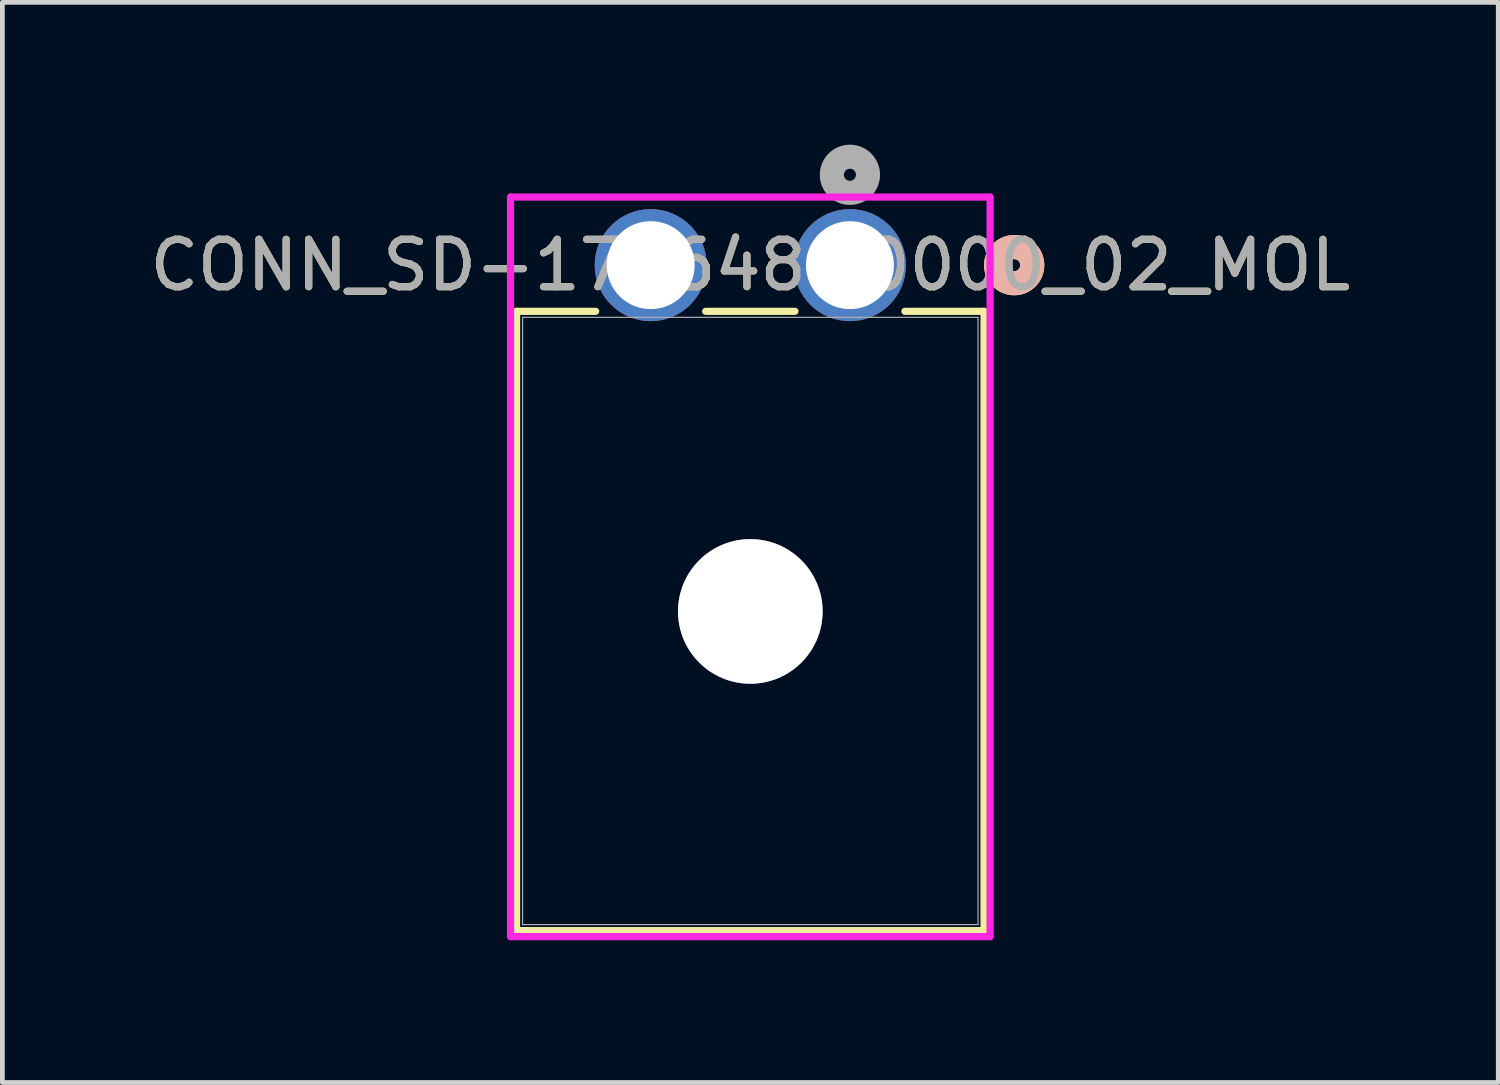
<source format=kicad_pcb>
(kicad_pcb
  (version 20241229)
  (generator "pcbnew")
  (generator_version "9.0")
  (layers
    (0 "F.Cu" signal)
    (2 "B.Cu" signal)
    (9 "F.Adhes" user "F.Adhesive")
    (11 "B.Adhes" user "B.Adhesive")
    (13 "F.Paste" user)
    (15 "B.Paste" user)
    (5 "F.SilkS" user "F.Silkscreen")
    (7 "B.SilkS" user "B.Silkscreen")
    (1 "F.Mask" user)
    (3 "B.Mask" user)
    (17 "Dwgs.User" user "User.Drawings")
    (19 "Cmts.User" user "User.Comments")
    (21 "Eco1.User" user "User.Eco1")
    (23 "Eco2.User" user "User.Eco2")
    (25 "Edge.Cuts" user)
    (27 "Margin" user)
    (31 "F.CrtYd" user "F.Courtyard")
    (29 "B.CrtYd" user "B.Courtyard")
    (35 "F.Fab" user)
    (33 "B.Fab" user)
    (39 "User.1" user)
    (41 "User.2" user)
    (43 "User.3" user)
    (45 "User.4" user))
  (footprint "CONN_SD-172648-0000_02_MOL"
    (layer "F.Cu")
    (at 14.868 2.54)
    (property "Reference" "CONN_SD-172648-0000_02_MOL" (at -2.1 0 0) (unlocked yes) (layer "F.SilkS") (effects (font (size 1 1) (thickness 0.15))))
    (attr through_hole)
    (fp_line (start -7.028 0.973) (end -7.028 14.029) (stroke (width 0.152) (type solid)) (layer "F.SilkS"))
    (fp_line (start -7.028 14.029) (end 2.828 14.029) (stroke (width 0.152) (type solid)) (layer "F.SilkS"))
    (fp_line (start -5.36 0.973) (end -7.028 0.973) (stroke (width 0.152) (type solid)) (layer "F.SilkS"))
    (fp_line (start -1.16 0.973) (end -3.04 0.973) (stroke (width 0.152) (type solid)) (layer "F.SilkS"))
    (fp_line (start 2.828 0.973) (end 1.16 0.973) (stroke (width 0.152) (type solid)) (layer "F.SilkS"))
    (fp_line (start 2.828 14.029) (end 2.828 0.973) (stroke (width 0.152) (type solid)) (layer "F.SilkS"))
    (fp_circle (center 3.463 0) (end 3.844 0) (stroke (width 0.508) (type solid)) (fill no) (layer "F.SilkS"))
    (fp_circle (center 3.463 0) (end 3.844 0) (stroke (width 0.508) (type solid)) (fill no) (layer "B.SilkS"))
    (fp_line (start -7.155 -1.435) (end -7.155 14.156) (stroke (width 0.152) (type solid)) (layer "F.CrtYd"))
    (fp_line (start -7.155 14.156) (end 2.955 14.156) (stroke (width 0.152) (type solid)) (layer "F.CrtYd"))
    (fp_line (start 2.955 -1.435) (end -7.155 -1.435) (stroke (width 0.152) (type solid)) (layer "F.CrtYd"))
    (fp_line (start 2.955 14.156) (end 2.955 -1.435) (stroke (width 0.152) (type solid)) (layer "F.CrtYd"))
    (fp_line (start -6.901 1.1) (end -6.901 13.902) (stroke (width 0.025) (type solid)) (layer "F.Fab"))
    (fp_line (start -6.901 13.902) (end 2.701 13.902) (stroke (width 0.025) (type solid)) (layer "F.Fab"))
    (fp_line (start 2.701 1.1) (end -6.901 1.1) (stroke (width 0.025) (type solid)) (layer "F.Fab"))
    (fp_line (start 2.701 13.902) (end 2.701 1.1) (stroke (width 0.025) (type solid)) (layer "F.Fab"))
    (fp_circle (center 0 -1.905) (end 0.381 -1.905) (stroke (width 0.508) (type solid)) (fill no) (layer "F.Fab"))
    (fp_text user "${REFERENCE}" (at -2.1 0 0) (unlocked yes) (layer "F.Fab") (effects (font (size 1 1) (thickness 0.15))))
    (pad "1" thru_hole circle (at 0 0) (size 2.362 2.362) (drill 1.854) (layers "*.Cu" "*.Mask"))
    (pad "2" thru_hole circle (at -4.2 0) (size 2.362 2.362) (drill 1.854) (layers "*.Cu" "*.Mask"))
    (pad "3" thru_hole circle (at -2.1 7.3) (size 3.048 3.048) (drill 3.048) (layers "*.Cu" "*.Mask")))
  (gr_rect
    (start -3 -3)
    (end 28.536 19.772)
    (stroke (width 0.1) (type default))
    (fill no)
    (layer "Edge.Cuts")))
</source>
